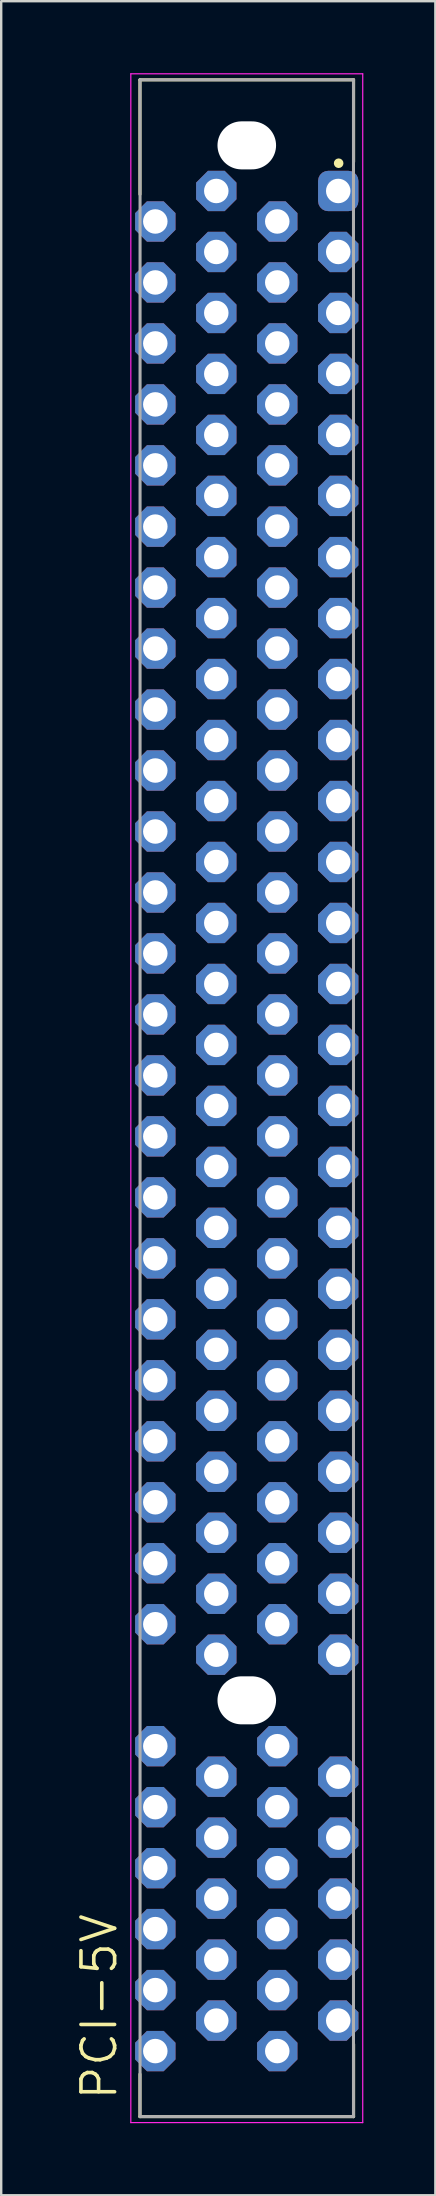
<source format=kicad_pcb>
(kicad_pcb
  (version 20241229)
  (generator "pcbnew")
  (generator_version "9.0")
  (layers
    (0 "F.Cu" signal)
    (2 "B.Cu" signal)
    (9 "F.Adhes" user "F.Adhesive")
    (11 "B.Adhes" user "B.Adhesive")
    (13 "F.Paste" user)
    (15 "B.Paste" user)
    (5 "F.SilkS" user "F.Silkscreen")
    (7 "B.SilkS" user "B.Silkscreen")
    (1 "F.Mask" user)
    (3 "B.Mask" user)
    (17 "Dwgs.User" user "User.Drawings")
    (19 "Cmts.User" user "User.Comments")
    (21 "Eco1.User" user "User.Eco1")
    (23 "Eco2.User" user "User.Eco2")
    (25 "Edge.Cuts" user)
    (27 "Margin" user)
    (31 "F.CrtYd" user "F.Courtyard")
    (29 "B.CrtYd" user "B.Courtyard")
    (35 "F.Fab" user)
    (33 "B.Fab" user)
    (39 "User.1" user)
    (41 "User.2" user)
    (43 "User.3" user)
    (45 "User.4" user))
  (footprint "PCI-5V"
    (layer "F.Cu")
    (at 7.229 43.015)
    (property "Reference" "PCI-5V" (at -6.146 37.526 90) (layer "F.SilkS") (effects (font (size 1.402 1.402) (thickness 0.15))))
    (attr through_hole)
    (fp_line (start -4.45 -42.74) (end 4.45 -42.74) (stroke (width 0.127) (type solid)) (layer "F.SilkS"))
    (fp_line (start -4.45 -37.97) (end -4.45 -42.74) (stroke (width 0.127) (type solid)) (layer "F.SilkS"))
    (fp_line (start -4.45 40.33) (end -4.45 42.1) (stroke (width 0.127) (type solid)) (layer "F.SilkS"))
    (fp_line (start -4.45 42.1) (end 4.45 42.1) (stroke (width 0.127) (type solid)) (layer "F.SilkS"))
    (fp_line (start 4.45 -42.74) (end 4.45 -39.32) (stroke (width 0.127) (type solid)) (layer "F.SilkS"))
    (fp_line (start 4.45 42.1) (end 4.45 39.08) (stroke (width 0.127) (type solid)) (layer "F.SilkS"))
    (fp_circle (center 3.827 -39.266) (end 3.827 -39.366) (stroke (width 0.2) (type solid)) (fill no) (layer "F.SilkS"))
    (fp_line (start -4.83 -42.99) (end -4.83 42.35) (stroke (width 0.05) (type solid)) (layer "F.CrtYd"))
    (fp_line (start -4.83 42.35) (end 4.83 42.35) (stroke (width 0.05) (type solid)) (layer "F.CrtYd"))
    (fp_line (start 4.83 -42.99) (end -4.83 -42.99) (stroke (width 0.05) (type solid)) (layer "F.CrtYd"))
    (fp_line (start 4.83 42.35) (end 4.83 -42.99) (stroke (width 0.05) (type solid)) (layer "F.CrtYd"))
    (fp_line (start -4.445 -42.74) (end -4.445 42.1) (stroke (width 0.127) (type solid)) (layer "F.Fab"))
    (fp_line (start -4.445 42.1) (end 4.445 42.1) (stroke (width 0.127) (type solid)) (layer "F.Fab"))
    (fp_line (start 4.445 -42.74) (end -4.445 -42.74) (stroke (width 0.127) (type solid)) (layer "F.Fab"))
    (fp_line (start 4.445 42.1) (end 4.445 -42.74) (stroke (width 0.127) (type solid)) (layer "F.Fab"))
    (pad "" np_thru_hole oval (at 0 -40.01 90) (size 2 2.44) (drill oval 2 2.44) (layers "*.Cu" "*.Mask"))
    (pad "" np_thru_hole oval (at 0 24.76 90) (size 2 2.44) (drill oval 2 2.44) (layers "*.Cu" "*.Mask"))
    (pad "A1" thru_hole roundrect (at 3.81 -38.11) (size 1.68 1.68) (drill 1.02) (layers "*.Cu" "*.Mask") (roundrect_rratio 0.25))
    (pad "A2" thru_hole roundrect (at 1.27 -36.84) (size 1.68 1.68) (drill 1.02) (layers "*.Cu" "*.Mask") (roundrect_rratio 0) (chamfer_ratio 0.293) (chamfer top_left top_right bottom_left bottom_right))
    (pad "A3" thru_hole roundrect (at 3.81 -35.57) (size 1.68 1.68) (drill 1.02) (layers "*.Cu" "*.Mask") (roundrect_rratio 0) (chamfer_ratio 0.293) (chamfer top_left top_right bottom_left bottom_right))
    (pad "A4" thru_hole roundrect (at 1.27 -34.3) (size 1.68 1.68) (drill 1.02) (layers "*.Cu" "*.Mask") (roundrect_rratio 0) (chamfer_ratio 0.293) (chamfer top_left top_right bottom_left bottom_right))
    (pad "A5" thru_hole roundrect (at 3.81 -33.03) (size 1.68 1.68) (drill 1.02) (layers "*.Cu" "*.Mask") (roundrect_rratio 0) (chamfer_ratio 0.293) (chamfer top_left top_right bottom_left bottom_right))
    (pad "A6" thru_hole roundrect (at 1.27 -31.76) (size 1.68 1.68) (drill 1.02) (layers "*.Cu" "*.Mask") (roundrect_rratio 0) (chamfer_ratio 0.293) (chamfer top_left top_right bottom_left bottom_right))
    (pad "A7" thru_hole roundrect (at 3.81 -30.49) (size 1.68 1.68) (drill 1.02) (layers "*.Cu" "*.Mask") (roundrect_rratio 0) (chamfer_ratio 0.293) (chamfer top_left top_right bottom_left bottom_right))
    (pad "A8" thru_hole roundrect (at 1.27 -29.22) (size 1.68 1.68) (drill 1.02) (layers "*.Cu" "*.Mask") (roundrect_rratio 0) (chamfer_ratio 0.293) (chamfer top_left top_right bottom_left bottom_right))
    (pad "A9" thru_hole roundrect (at 3.81 -27.95) (size 1.68 1.68) (drill 1.02) (layers "*.Cu" "*.Mask") (roundrect_rratio 0) (chamfer_ratio 0.293) (chamfer top_left top_right bottom_left bottom_right))
    (pad "A10" thru_hole roundrect (at 1.27 -26.68) (size 1.68 1.68) (drill 1.02) (layers "*.Cu" "*.Mask") (roundrect_rratio 0) (chamfer_ratio 0.293) (chamfer top_left top_right bottom_left bottom_right))
    (pad "A11" thru_hole roundrect (at 3.81 -25.41) (size 1.68 1.68) (drill 1.02) (layers "*.Cu" "*.Mask") (roundrect_rratio 0) (chamfer_ratio 0.293) (chamfer top_left top_right bottom_left bottom_right))
    (pad "A12" thru_hole roundrect (at 1.27 -24.13) (size 1.68 1.68) (drill 1.02) (layers "*.Cu" "*.Mask") (roundrect_rratio 0) (chamfer_ratio 0.293) (chamfer top_left top_right bottom_left bottom_right))
    (pad "A13" thru_hole roundrect (at 3.81 -22.86) (size 1.68 1.68) (drill 1.02) (layers "*.Cu" "*.Mask") (roundrect_rratio 0) (chamfer_ratio 0.293) (chamfer top_left top_right bottom_left bottom_right))
    (pad "A14" thru_hole roundrect (at 1.27 -21.59) (size 1.68 1.68) (drill 1.02) (layers "*.Cu" "*.Mask") (roundrect_rratio 0) (chamfer_ratio 0.293) (chamfer top_left top_right bottom_left bottom_right))
    (pad "A15" thru_hole roundrect (at 3.81 -20.32) (size 1.68 1.68) (drill 1.02) (layers "*.Cu" "*.Mask") (roundrect_rratio 0) (chamfer_ratio 0.293) (chamfer top_left top_right bottom_left bottom_right))
    (pad "A16" thru_hole roundrect (at 1.27 -19.05) (size 1.68 1.68) (drill 1.02) (layers "*.Cu" "*.Mask") (roundrect_rratio 0) (chamfer_ratio 0.293) (chamfer top_left top_right bottom_left bottom_right))
    (pad "A17" thru_hole roundrect (at 3.81 -17.78) (size 1.68 1.68) (drill 1.02) (layers "*.Cu" "*.Mask") (roundrect_rratio 0) (chamfer_ratio 0.293) (chamfer top_left top_right bottom_left bottom_right))
    (pad "A18" thru_hole roundrect (at 1.27 -16.51) (size 1.68 1.68) (drill 1.02) (layers "*.Cu" "*.Mask") (roundrect_rratio 0) (chamfer_ratio 0.293) (chamfer top_left top_right bottom_left bottom_right))
    (pad "A19" thru_hole roundrect (at 3.81 -15.24) (size 1.68 1.68) (drill 1.02) (layers "*.Cu" "*.Mask") (roundrect_rratio 0) (chamfer_ratio 0.293) (chamfer top_left top_right bottom_left bottom_right))
    (pad "A20" thru_hole roundrect (at 1.27 -13.97) (size 1.68 1.68) (drill 1.02) (layers "*.Cu" "*.Mask") (roundrect_rratio 0) (chamfer_ratio 0.293) (chamfer top_left top_right bottom_left bottom_right))
    (pad "A21" thru_hole roundrect (at 3.81 -12.7) (size 1.68 1.68) (drill 1.02) (layers "*.Cu" "*.Mask") (roundrect_rratio 0) (chamfer_ratio 0.293) (chamfer top_left top_right bottom_left bottom_right))
    (pad "A22" thru_hole roundrect (at 1.27 -11.43) (size 1.68 1.68) (drill 1.02) (layers "*.Cu" "*.Mask") (roundrect_rratio 0) (chamfer_ratio 0.293) (chamfer top_left top_right bottom_left bottom_right))
    (pad "A23" thru_hole roundrect (at 3.81 -10.16) (size 1.68 1.68) (drill 1.02) (layers "*.Cu" "*.Mask") (roundrect_rratio 0) (chamfer_ratio 0.293) (chamfer top_left top_right bottom_left bottom_right))
    (pad "A24" thru_hole roundrect (at 1.27 -8.89) (size 1.68 1.68) (drill 1.02) (layers "*.Cu" "*.Mask") (roundrect_rratio 0) (chamfer_ratio 0.293) (chamfer top_left top_right bottom_left bottom_right))
    (pad "A25" thru_hole roundrect (at 3.81 -7.62) (size 1.68 1.68) (drill 1.02) (layers "*.Cu" "*.Mask") (roundrect_rratio 0) (chamfer_ratio 0.293) (chamfer top_left top_right bottom_left bottom_right))
    (pad "A26" thru_hole roundrect (at 1.27 -6.35) (size 1.68 1.68) (drill 1.02) (layers "*.Cu" "*.Mask") (roundrect_rratio 0) (chamfer_ratio 0.293) (chamfer top_left top_right bottom_left bottom_right))
    (pad "A27" thru_hole roundrect (at 3.81 -5.08) (size 1.68 1.68) (drill 1.02) (layers "*.Cu" "*.Mask") (roundrect_rratio 0) (chamfer_ratio 0.293) (chamfer top_left top_right bottom_left bottom_right))
    (pad "A28" thru_hole roundrect (at 1.27 -3.81) (size 1.68 1.68) (drill 1.02) (layers "*.Cu" "*.Mask") (roundrect_rratio 0) (chamfer_ratio 0.293) (chamfer top_left top_right bottom_left bottom_right))
    (pad "A29" thru_hole roundrect (at 3.81 -2.54) (size 1.68 1.68) (drill 1.02) (layers "*.Cu" "*.Mask") (roundrect_rratio 0) (chamfer_ratio 0.293) (chamfer top_left top_right bottom_left bottom_right))
    (pad "A30" thru_hole roundrect (at 1.27 -1.27) (size 1.68 1.68) (drill 1.02) (layers "*.Cu" "*.Mask") (roundrect_rratio 0) (chamfer_ratio 0.293) (chamfer top_left top_right bottom_left bottom_right))
    (pad "A31" thru_hole roundrect (at 3.81 0) (size 1.68 1.68) (drill 1.02) (layers "*.Cu" "*.Mask") (roundrect_rratio 0) (chamfer_ratio 0.293) (chamfer top_left top_right bottom_left bottom_right))
    (pad "A32" thru_hole roundrect (at 1.27 1.27) (size 1.68 1.68) (drill 1.02) (layers "*.Cu" "*.Mask") (roundrect_rratio 0) (chamfer_ratio 0.293) (chamfer top_left top_right bottom_left bottom_right))
    (pad "A33" thru_hole roundrect (at 3.81 2.54) (size 1.68 1.68) (drill 1.02) (layers "*.Cu" "*.Mask") (roundrect_rratio 0) (chamfer_ratio 0.293) (chamfer top_left top_right bottom_left bottom_right))
    (pad "A34" thru_hole roundrect (at 1.27 3.81) (size 1.68 1.68) (drill 1.02) (layers "*.Cu" "*.Mask") (roundrect_rratio 0) (chamfer_ratio 0.293) (chamfer top_left top_right bottom_left bottom_right))
    (pad "A35" thru_hole roundrect (at 3.81 5.08) (size 1.68 1.68) (drill 1.02) (layers "*.Cu" "*.Mask") (roundrect_rratio 0) (chamfer_ratio 0.293) (chamfer top_left top_right bottom_left bottom_right))
    (pad "A36" thru_hole roundrect (at 1.27 6.35) (size 1.68 1.68) (drill 1.02) (layers "*.Cu" "*.Mask") (roundrect_rratio 0) (chamfer_ratio 0.293) (chamfer top_left top_right bottom_left bottom_right))
    (pad "A37" thru_hole roundrect (at 3.81 7.62) (size 1.68 1.68) (drill 1.02) (layers "*.Cu" "*.Mask") (roundrect_rratio 0) (chamfer_ratio 0.293) (chamfer top_left top_right bottom_left bottom_right))
    (pad "A38" thru_hole roundrect (at 1.27 8.89) (size 1.68 1.68) (drill 1.02) (layers "*.Cu" "*.Mask") (roundrect_rratio 0) (chamfer_ratio 0.293) (chamfer top_left top_right bottom_left bottom_right))
    (pad "A39" thru_hole roundrect (at 3.81 10.16) (size 1.68 1.68) (drill 1.02) (layers "*.Cu" "*.Mask") (roundrect_rratio 0) (chamfer_ratio 0.293) (chamfer top_left top_right bottom_left bottom_right))
    (pad "A40" thru_hole roundrect (at 1.27 11.43) (size 1.68 1.68) (drill 1.02) (layers "*.Cu" "*.Mask") (roundrect_rratio 0) (chamfer_ratio 0.293) (chamfer top_left top_right bottom_left bottom_right))
    (pad "A41" thru_hole roundrect (at 3.81 12.7) (size 1.68 1.68) (drill 1.02) (layers "*.Cu" "*.Mask") (roundrect_rratio 0) (chamfer_ratio 0.293) (chamfer top_left top_right bottom_left bottom_right))
    (pad "A42" thru_hole roundrect (at 1.27 13.97) (size 1.68 1.68) (drill 1.02) (layers "*.Cu" "*.Mask") (roundrect_rratio 0) (chamfer_ratio 0.293) (chamfer top_left top_right bottom_left bottom_right))
    (pad "A43" thru_hole roundrect (at 3.81 15.24) (size 1.68 1.68) (drill 1.02) (layers "*.Cu" "*.Mask") (roundrect_rratio 0) (chamfer_ratio 0.293) (chamfer top_left top_right bottom_left bottom_right))
    (pad "A44" thru_hole roundrect (at 1.27 16.51) (size 1.68 1.68) (drill 1.02) (layers "*.Cu" "*.Mask") (roundrect_rratio 0) (chamfer_ratio 0.293) (chamfer top_left top_right bottom_left bottom_right))
    (pad "A45" thru_hole roundrect (at 3.81 17.78) (size 1.68 1.68) (drill 1.02) (layers "*.Cu" "*.Mask") (roundrect_rratio 0) (chamfer_ratio 0.293) (chamfer top_left top_right bottom_left bottom_right))
    (pad "A46" thru_hole roundrect (at 1.27 19.05) (size 1.68 1.68) (drill 1.02) (layers "*.Cu" "*.Mask") (roundrect_rratio 0) (chamfer_ratio 0.293) (chamfer top_left top_right bottom_left bottom_right))
    (pad "A47" thru_hole roundrect (at 3.81 20.32) (size 1.68 1.68) (drill 1.02) (layers "*.Cu" "*.Mask") (roundrect_rratio 0) (chamfer_ratio 0.293) (chamfer top_left top_right bottom_left bottom_right))
    (pad "A48" thru_hole roundrect (at 1.27 21.59) (size 1.68 1.68) (drill 1.02) (layers "*.Cu" "*.Mask") (roundrect_rratio 0) (chamfer_ratio 0.293) (chamfer top_left top_right bottom_left bottom_right))
    (pad "A49" thru_hole roundrect (at 3.81 22.86) (size 1.68 1.68) (drill 1.02) (layers "*.Cu" "*.Mask") (roundrect_rratio 0) (chamfer_ratio 0.293) (chamfer top_left top_right bottom_left bottom_right))
    (pad "A52" thru_hole roundrect (at 1.27 26.67) (size 1.68 1.68) (drill 1.02) (layers "*.Cu" "*.Mask") (roundrect_rratio 0) (chamfer_ratio 0.293) (chamfer top_left top_right bottom_left bottom_right))
    (pad "A53" thru_hole roundrect (at 3.81 27.94) (size 1.68 1.68) (drill 1.02) (layers "*.Cu" "*.Mask") (roundrect_rratio 0) (chamfer_ratio 0.293) (chamfer top_left top_right bottom_left bottom_right))
    (pad "A54" thru_hole roundrect (at 1.27 29.21) (size 1.68 1.68) (drill 1.02) (layers "*.Cu" "*.Mask") (roundrect_rratio 0) (chamfer_ratio 0.293) (chamfer top_left top_right bottom_left bottom_right))
    (pad "A55" thru_hole roundrect (at 3.81 30.48) (size 1.68 1.68) (drill 1.02) (layers "*.Cu" "*.Mask") (roundrect_rratio 0) (chamfer_ratio 0.293) (chamfer top_left top_right bottom_left bottom_right))
    (pad "A56" thru_hole roundrect (at 1.27 31.75) (size 1.68 1.68) (drill 1.02) (layers "*.Cu" "*.Mask") (roundrect_rratio 0) (chamfer_ratio 0.293) (chamfer top_left top_right bottom_left bottom_right))
    (pad "A57" thru_hole roundrect (at 3.81 33.02) (size 1.68 1.68) (drill 1.02) (layers "*.Cu" "*.Mask") (roundrect_rratio 0) (chamfer_ratio 0.293) (chamfer top_left top_right bottom_left bottom_right))
    (pad "A58" thru_hole roundrect (at 1.27 34.29) (size 1.68 1.68) (drill 1.02) (layers "*.Cu" "*.Mask") (roundrect_rratio 0) (chamfer_ratio 0.293) (chamfer top_left top_right bottom_left bottom_right))
    (pad "A59" thru_hole roundrect (at 3.81 35.56) (size 1.68 1.68) (drill 1.02) (layers "*.Cu" "*.Mask") (roundrect_rratio 0) (chamfer_ratio 0.293) (chamfer top_left top_right bottom_left bottom_right))
    (pad "A60" thru_hole roundrect (at 1.27 36.83) (size 1.68 1.68) (drill 1.02) (layers "*.Cu" "*.Mask") (roundrect_rratio 0) (chamfer_ratio 0.293) (chamfer top_left top_right bottom_left bottom_right))
    (pad "A61" thru_hole roundrect (at 3.81 38.1) (size 1.68 1.68) (drill 1.02) (layers "*.Cu" "*.Mask") (roundrect_rratio 0) (chamfer_ratio 0.293) (chamfer top_left top_right bottom_left bottom_right))
    (pad "A62" thru_hole roundrect (at 1.27 39.37) (size 1.68 1.68) (drill 1.02) (layers "*.Cu" "*.Mask") (roundrect_rratio 0) (chamfer_ratio 0.293) (chamfer top_left top_right bottom_left bottom_right))
    (pad "B1" thru_hole roundrect (at -1.27 -38.11) (size 1.68 1.68) (drill 1.02) (layers "*.Cu" "*.Mask") (roundrect_rratio 0) (chamfer_ratio 0.293) (chamfer top_left top_right bottom_left bottom_right))
    (pad "B2" thru_hole roundrect (at -3.81 -36.84) (size 1.68 1.68) (drill 1.02) (layers "*.Cu" "*.Mask") (roundrect_rratio 0) (chamfer_ratio 0.293) (chamfer top_left top_right bottom_left bottom_right))
    (pad "B3" thru_hole roundrect (at -1.27 -35.57) (size 1.68 1.68) (drill 1.02) (layers "*.Cu" "*.Mask") (roundrect_rratio 0) (chamfer_ratio 0.293) (chamfer top_left top_right bottom_left bottom_right))
    (pad "B4" thru_hole roundrect (at -3.81 -34.3) (size 1.68 1.68) (drill 1.02) (layers "*.Cu" "*.Mask") (roundrect_rratio 0) (chamfer_ratio 0.293) (chamfer top_left top_right bottom_left bottom_right))
    (pad "B5" thru_hole roundrect (at -1.27 -33.03) (size 1.68 1.68) (drill 1.02) (layers "*.Cu" "*.Mask") (roundrect_rratio 0) (chamfer_ratio 0.293) (chamfer top_left top_right bottom_left bottom_right))
    (pad "B6" thru_hole roundrect (at -3.81 -31.76) (size 1.68 1.68) (drill 1.02) (layers "*.Cu" "*.Mask") (roundrect_rratio 0) (chamfer_ratio 0.293) (chamfer top_left top_right bottom_left bottom_right))
    (pad "B7" thru_hole roundrect (at -1.27 -30.49) (size 1.68 1.68) (drill 1.02) (layers "*.Cu" "*.Mask") (roundrect_rratio 0) (chamfer_ratio 0.293) (chamfer top_left top_right bottom_left bottom_right))
    (pad "B8" thru_hole roundrect (at -3.81 -29.22) (size 1.68 1.68) (drill 1.02) (layers "*.Cu" "*.Mask") (roundrect_rratio 0) (chamfer_ratio 0.293) (chamfer top_left top_right bottom_left bottom_right))
    (pad "B9" thru_hole roundrect (at -1.27 -27.95) (size 1.68 1.68) (drill 1.02) (layers "*.Cu" "*.Mask") (roundrect_rratio 0) (chamfer_ratio 0.293) (chamfer top_left top_right bottom_left bottom_right))
    (pad "B10" thru_hole roundrect (at -3.81 -26.68) (size 1.68 1.68) (drill 1.02) (layers "*.Cu" "*.Mask") (roundrect_rratio 0) (chamfer_ratio 0.293) (chamfer top_left top_right bottom_left bottom_right))
    (pad "B11" thru_hole roundrect (at -1.27 -25.41) (size 1.68 1.68) (drill 1.02) (layers "*.Cu" "*.Mask") (roundrect_rratio 0) (chamfer_ratio 0.293) (chamfer top_left top_right bottom_left bottom_right))
    (pad "B12" thru_hole roundrect (at -3.81 -24.13) (size 1.68 1.68) (drill 1.02) (layers "*.Cu" "*.Mask") (roundrect_rratio 0) (chamfer_ratio 0.293) (chamfer top_left top_right bottom_left bottom_right))
    (pad "B13" thru_hole roundrect (at -1.27 -22.86) (size 1.68 1.68) (drill 1.02) (layers "*.Cu" "*.Mask") (roundrect_rratio 0) (chamfer_ratio 0.293) (chamfer top_left top_right bottom_left bottom_right))
    (pad "B14" thru_hole roundrect (at -3.81 -21.59) (size 1.68 1.68) (drill 1.02) (layers "*.Cu" "*.Mask") (roundrect_rratio 0) (chamfer_ratio 0.293) (chamfer top_left top_right bottom_left bottom_right))
    (pad "B15" thru_hole roundrect (at -1.27 -20.32) (size 1.68 1.68) (drill 1.02) (layers "*.Cu" "*.Mask") (roundrect_rratio 0) (chamfer_ratio 0.293) (chamfer top_left top_right bottom_left bottom_right))
    (pad "B16" thru_hole roundrect (at -3.81 -19.05) (size 1.68 1.68) (drill 1.02) (layers "*.Cu" "*.Mask") (roundrect_rratio 0) (chamfer_ratio 0.293) (chamfer top_left top_right bottom_left bottom_right))
    (pad "B17" thru_hole roundrect (at -1.27 -17.78) (size 1.68 1.68) (drill 1.02) (layers "*.Cu" "*.Mask") (roundrect_rratio 0) (chamfer_ratio 0.293) (chamfer top_left top_right bottom_left bottom_right))
    (pad "B18" thru_hole roundrect (at -3.81 -16.51) (size 1.68 1.68) (drill 1.02) (layers "*.Cu" "*.Mask") (roundrect_rratio 0) (chamfer_ratio 0.293) (chamfer top_left top_right bottom_left bottom_right))
    (pad "B19" thru_hole roundrect (at -1.27 -15.24) (size 1.68 1.68) (drill 1.02) (layers "*.Cu" "*.Mask") (roundrect_rratio 0) (chamfer_ratio 0.293) (chamfer top_left top_right bottom_left bottom_right))
    (pad "B20" thru_hole roundrect (at -3.81 -13.97) (size 1.68 1.68) (drill 1.02) (layers "*.Cu" "*.Mask") (roundrect_rratio 0) (chamfer_ratio 0.293) (chamfer top_left top_right bottom_left bottom_right))
    (pad "B21" thru_hole roundrect (at -1.27 -12.7) (size 1.68 1.68) (drill 1.02) (layers "*.Cu" "*.Mask") (roundrect_rratio 0) (chamfer_ratio 0.293) (chamfer top_left top_right bottom_left bottom_right))
    (pad "B22" thru_hole roundrect (at -3.81 -11.43) (size 1.68 1.68) (drill 1.02) (layers "*.Cu" "*.Mask") (roundrect_rratio 0) (chamfer_ratio 0.293) (chamfer top_left top_right bottom_left bottom_right))
    (pad "B23" thru_hole roundrect (at -1.27 -10.16) (size 1.68 1.68) (drill 1.02) (layers "*.Cu" "*.Mask") (roundrect_rratio 0) (chamfer_ratio 0.293) (chamfer top_left top_right bottom_left bottom_right))
    (pad "B24" thru_hole roundrect (at -3.81 -8.89) (size 1.68 1.68) (drill 1.02) (layers "*.Cu" "*.Mask") (roundrect_rratio 0) (chamfer_ratio 0.293) (chamfer top_left top_right bottom_left bottom_right))
    (pad "B25" thru_hole roundrect (at -1.27 -7.62) (size 1.68 1.68) (drill 1.02) (layers "*.Cu" "*.Mask") (roundrect_rratio 0) (chamfer_ratio 0.293) (chamfer top_left top_right bottom_left bottom_right))
    (pad "B26" thru_hole roundrect (at -3.81 -6.35) (size 1.68 1.68) (drill 1.02) (layers "*.Cu" "*.Mask") (roundrect_rratio 0) (chamfer_ratio 0.293) (chamfer top_left top_right bottom_left bottom_right))
    (pad "B27" thru_hole roundrect (at -1.27 -5.08) (size 1.68 1.68) (drill 1.02) (layers "*.Cu" "*.Mask") (roundrect_rratio 0) (chamfer_ratio 0.293) (chamfer top_left top_right bottom_left bottom_right))
    (pad "B28" thru_hole roundrect (at -3.81 -3.81) (size 1.68 1.68) (drill 1.02) (layers "*.Cu" "*.Mask") (roundrect_rratio 0) (chamfer_ratio 0.293) (chamfer top_left top_right bottom_left bottom_right))
    (pad "B29" thru_hole roundrect (at -1.27 -2.54) (size 1.68 1.68) (drill 1.02) (layers "*.Cu" "*.Mask") (roundrect_rratio 0) (chamfer_ratio 0.293) (chamfer top_left top_right bottom_left bottom_right))
    (pad "B30" thru_hole roundrect (at -3.81 -1.27) (size 1.68 1.68) (drill 1.02) (layers "*.Cu" "*.Mask") (roundrect_rratio 0) (chamfer_ratio 0.293) (chamfer top_left top_right bottom_left bottom_right))
    (pad "B31" thru_hole roundrect (at -1.27 0) (size 1.68 1.68) (drill 1.02) (layers "*.Cu" "*.Mask") (roundrect_rratio 0) (chamfer_ratio 0.293) (chamfer top_left top_right bottom_left bottom_right))
    (pad "B32" thru_hole roundrect (at -3.81 1.27) (size 1.68 1.68) (drill 1.02) (layers "*.Cu" "*.Mask") (roundrect_rratio 0) (chamfer_ratio 0.293) (chamfer top_left top_right bottom_left bottom_right))
    (pad "B33" thru_hole roundrect (at -1.27 2.54) (size 1.68 1.68) (drill 1.02) (layers "*.Cu" "*.Mask") (roundrect_rratio 0) (chamfer_ratio 0.293) (chamfer top_left top_right bottom_left bottom_right))
    (pad "B34" thru_hole roundrect (at -3.81 3.81) (size 1.68 1.68) (drill 1.02) (layers "*.Cu" "*.Mask") (roundrect_rratio 0) (chamfer_ratio 0.293) (chamfer top_left top_right bottom_left bottom_right))
    (pad "B35" thru_hole roundrect (at -1.27 5.08) (size 1.68 1.68) (drill 1.02) (layers "*.Cu" "*.Mask") (roundrect_rratio 0) (chamfer_ratio 0.293) (chamfer top_left top_right bottom_left bottom_right))
    (pad "B36" thru_hole roundrect (at -3.81 6.35) (size 1.68 1.68) (drill 1.02) (layers "*.Cu" "*.Mask") (roundrect_rratio 0) (chamfer_ratio 0.293) (chamfer top_left top_right bottom_left bottom_right))
    (pad "B37" thru_hole roundrect (at -1.27 7.62) (size 1.68 1.68) (drill 1.02) (layers "*.Cu" "*.Mask") (roundrect_rratio 0) (chamfer_ratio 0.293) (chamfer top_left top_right bottom_left bottom_right))
    (pad "B38" thru_hole roundrect (at -3.81 8.89) (size 1.68 1.68) (drill 1.02) (layers "*.Cu" "*.Mask") (roundrect_rratio 0) (chamfer_ratio 0.293) (chamfer top_left top_right bottom_left bottom_right))
    (pad "B39" thru_hole roundrect (at -1.27 10.16) (size 1.68 1.68) (drill 1.02) (layers "*.Cu" "*.Mask") (roundrect_rratio 0) (chamfer_ratio 0.293) (chamfer top_left top_right bottom_left bottom_right))
    (pad "B40" thru_hole roundrect (at -3.81 11.43) (size 1.68 1.68) (drill 1.02) (layers "*.Cu" "*.Mask") (roundrect_rratio 0) (chamfer_ratio 0.293) (chamfer top_left top_right bottom_left bottom_right))
    (pad "B41" thru_hole roundrect (at -1.27 12.7) (size 1.68 1.68) (drill 1.02) (layers "*.Cu" "*.Mask") (roundrect_rratio 0) (chamfer_ratio 0.293) (chamfer top_left top_right bottom_left bottom_right))
    (pad "B42" thru_hole roundrect (at -3.81 13.97) (size 1.68 1.68) (drill 1.02) (layers "*.Cu" "*.Mask") (roundrect_rratio 0) (chamfer_ratio 0.293) (chamfer top_left top_right bottom_left bottom_right))
    (pad "B43" thru_hole roundrect (at -1.27 15.24) (size 1.68 1.68) (drill 1.02) (layers "*.Cu" "*.Mask") (roundrect_rratio 0) (chamfer_ratio 0.293) (chamfer top_left top_right bottom_left bottom_right))
    (pad "B44" thru_hole roundrect (at -3.81 16.51) (size 1.68 1.68) (drill 1.02) (layers "*.Cu" "*.Mask") (roundrect_rratio 0) (chamfer_ratio 0.293) (chamfer top_left top_right bottom_left bottom_right))
    (pad "B45" thru_hole roundrect (at -1.27 17.78) (size 1.68 1.68) (drill 1.02) (layers "*.Cu" "*.Mask") (roundrect_rratio 0) (chamfer_ratio 0.293) (chamfer top_left top_right bottom_left bottom_right))
    (pad "B46" thru_hole roundrect (at -3.81 19.05) (size 1.68 1.68) (drill 1.02) (layers "*.Cu" "*.Mask") (roundrect_rratio 0) (chamfer_ratio 0.293) (chamfer top_left top_right bottom_left bottom_right))
    (pad "B47" thru_hole roundrect (at -1.27 20.32) (size 1.68 1.68) (drill 1.02) (layers "*.Cu" "*.Mask") (roundrect_rratio 0) (chamfer_ratio 0.293) (chamfer top_left top_right bottom_left bottom_right))
    (pad "B48" thru_hole roundrect (at -3.81 21.59) (size 1.68 1.68) (drill 1.02) (layers "*.Cu" "*.Mask") (roundrect_rratio 0) (chamfer_ratio 0.293) (chamfer top_left top_right bottom_left bottom_right))
    (pad "B49" thru_hole roundrect (at -1.27 22.86) (size 1.68 1.68) (drill 1.02) (layers "*.Cu" "*.Mask") (roundrect_rratio 0) (chamfer_ratio 0.293) (chamfer top_left top_right bottom_left bottom_right))
    (pad "B52" thru_hole roundrect (at -3.81 26.67) (size 1.68 1.68) (drill 1.02) (layers "*.Cu" "*.Mask") (roundrect_rratio 0) (chamfer_ratio 0.293) (chamfer top_left top_right bottom_left bottom_right))
    (pad "B53" thru_hole roundrect (at -1.27 27.94) (size 1.68 1.68) (drill 1.02) (layers "*.Cu" "*.Mask") (roundrect_rratio 0) (chamfer_ratio 0.293) (chamfer top_left top_right bottom_left bottom_right))
    (pad "B54" thru_hole roundrect (at -3.81 29.21) (size 1.68 1.68) (drill 1.02) (layers "*.Cu" "*.Mask") (roundrect_rratio 0) (chamfer_ratio 0.293) (chamfer top_left top_right bottom_left bottom_right))
    (pad "B55" thru_hole roundrect (at -1.27 30.48) (size 1.68 1.68) (drill 1.02) (layers "*.Cu" "*.Mask") (roundrect_rratio 0) (chamfer_ratio 0.293) (chamfer top_left top_right bottom_left bottom_right))
    (pad "B56" thru_hole roundrect (at -3.81 31.75) (size 1.68 1.68) (drill 1.02) (layers "*.Cu" "*.Mask") (roundrect_rratio 0) (chamfer_ratio 0.293) (chamfer top_left top_right bottom_left bottom_right))
    (pad "B57" thru_hole roundrect (at -1.27 33.02) (size 1.68 1.68) (drill 1.02) (layers "*.Cu" "*.Mask") (roundrect_rratio 0) (chamfer_ratio 0.293) (chamfer top_left top_right bottom_left bottom_right))
    (pad "B58" thru_hole roundrect (at -3.81 34.29) (size 1.68 1.68) (drill 1.02) (layers "*.Cu" "*.Mask") (roundrect_rratio 0) (chamfer_ratio 0.293) (chamfer top_left top_right bottom_left bottom_right))
    (pad "B59" thru_hole roundrect (at -1.27 35.56) (size 1.68 1.68) (drill 1.02) (layers "*.Cu" "*.Mask") (roundrect_rratio 0) (chamfer_ratio 0.293) (chamfer top_left top_right bottom_left bottom_right))
    (pad "B60" thru_hole roundrect (at -3.81 36.83) (size 1.68 1.68) (drill 1.02) (layers "*.Cu" "*.Mask") (roundrect_rratio 0) (chamfer_ratio 0.293) (chamfer top_left top_right bottom_left bottom_right))
    (pad "B61" thru_hole roundrect (at -1.27 38.1) (size 1.68 1.68) (drill 1.02) (layers "*.Cu" "*.Mask") (roundrect_rratio 0) (chamfer_ratio 0.293) (chamfer top_left top_right bottom_left bottom_right))
    (pad "B62" thru_hole roundrect (at -3.81 39.37) (size 1.68 1.68) (drill 1.02) (layers "*.Cu" "*.Mask") (roundrect_rratio 0) (chamfer_ratio 0.293) (chamfer top_left top_right bottom_left bottom_right)))
  (gr_rect
    (start -3 -3)
    (end 15.084 88.39)
    (stroke (width 0.1) (type default))
    (fill no)
    (layer "Edge.Cuts")))
</source>
